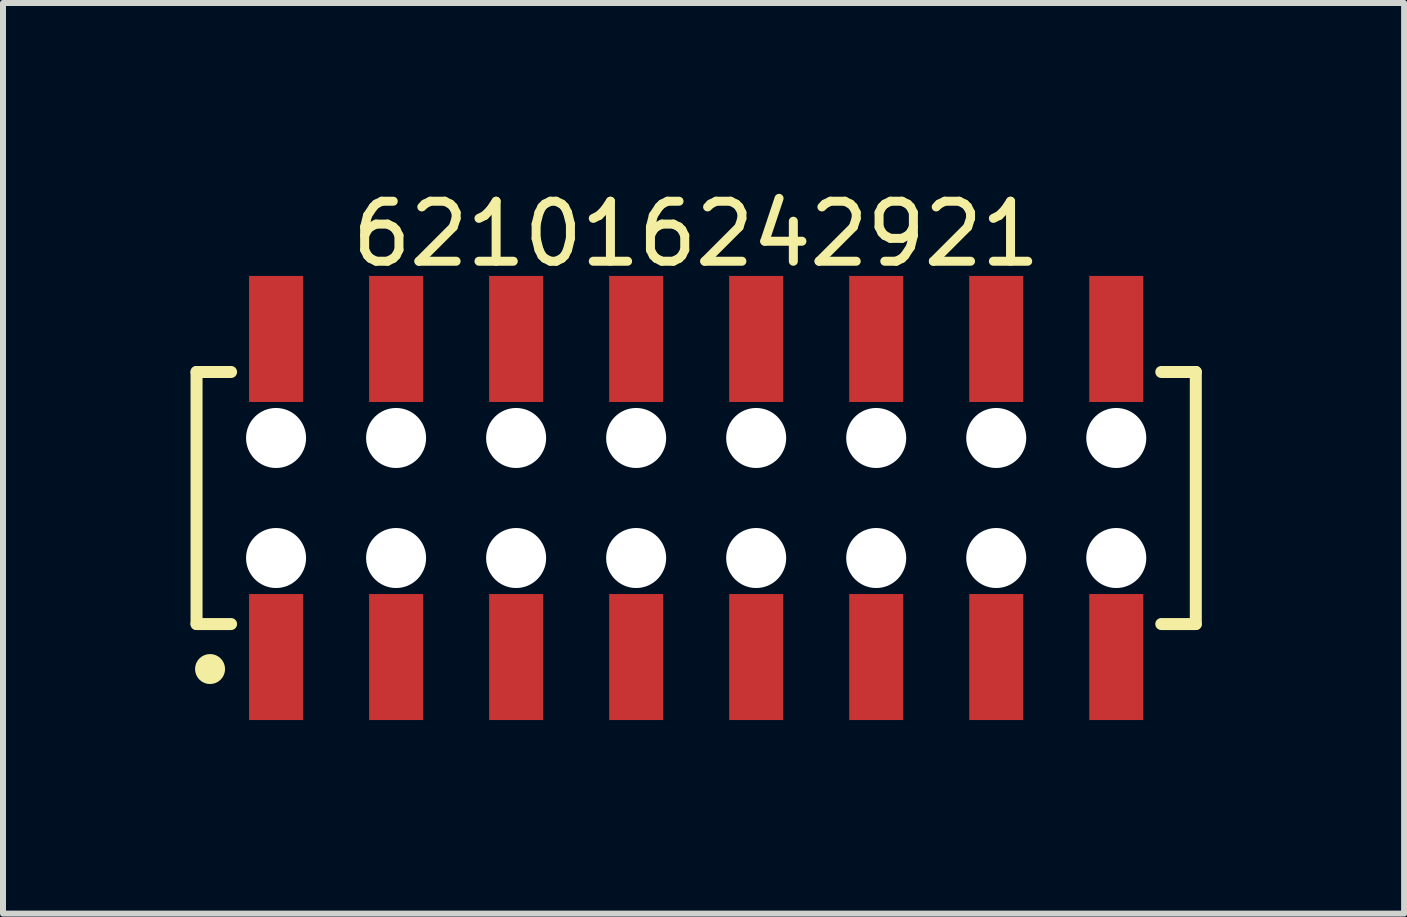
<source format=kicad_pcb>
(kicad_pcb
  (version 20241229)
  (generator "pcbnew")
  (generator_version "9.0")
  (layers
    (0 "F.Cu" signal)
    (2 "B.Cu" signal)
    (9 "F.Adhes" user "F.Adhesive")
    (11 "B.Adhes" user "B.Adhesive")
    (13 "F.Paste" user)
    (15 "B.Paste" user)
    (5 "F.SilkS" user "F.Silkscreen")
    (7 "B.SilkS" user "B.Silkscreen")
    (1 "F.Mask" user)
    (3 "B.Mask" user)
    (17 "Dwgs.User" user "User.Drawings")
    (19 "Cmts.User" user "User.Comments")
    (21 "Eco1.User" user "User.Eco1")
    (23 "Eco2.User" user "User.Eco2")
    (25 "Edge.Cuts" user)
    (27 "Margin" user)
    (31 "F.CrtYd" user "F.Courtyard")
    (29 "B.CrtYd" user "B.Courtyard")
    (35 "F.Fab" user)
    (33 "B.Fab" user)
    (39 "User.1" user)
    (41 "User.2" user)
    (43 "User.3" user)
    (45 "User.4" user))
  (footprint "621016242921"
    (layer "F.Cu")
    (at 8.55 5.248)
    (property "Reference" "621016242921" (at 0 -4.4 0) (layer "F.SilkS") (effects (font (size 1 1) (thickness 0.15))))
    (fp_line (start -8.325 -2.1) (end -7.75 -2.1) (stroke (width 0.2) (type solid)) (layer "F.SilkS"))
    (fp_line (start -8.325 2.1) (end -8.325 -2.1) (stroke (width 0.2) (type solid)) (layer "F.SilkS"))
    (fp_line (start -8.325 2.1) (end -7.75 2.1) (stroke (width 0.2) (type solid)) (layer "F.SilkS"))
    (fp_line (start 7.75 -2.1) (end 8.325 -2.1) (stroke (width 0.2) (type solid)) (layer "F.SilkS"))
    (fp_line (start 7.75 2.1) (end 8.325 2.1) (stroke (width 0.2) (type solid)) (layer "F.SilkS"))
    (fp_line (start 8.325 2.1) (end 8.325 -2.1) (stroke (width 0.2) (type solid)) (layer "F.SilkS"))
    (fp_circle (center -8.1 2.85) (end -8.1 2.725) (stroke (width 0.25) (type solid)) (fill no) (layer "F.SilkS"))
    (fp_line (start -8.525 -3.9) (end 8.525 -3.9) (stroke (width 0.05) (type solid)) (layer "Eco2.User"))
    (fp_line (start -8.525 3.9) (end -8.525 -3.9) (stroke (width 0.05) (type solid)) (layer "Eco2.User"))
    (fp_line (start -8.525 3.9) (end 8.525 3.9) (stroke (width 0.05) (type solid)) (layer "Eco2.User"))
    (fp_line (start -8.2 -2) (end 8.2 -2) (stroke (width 0.1) (type solid)) (layer "Eco2.User"))
    (fp_line (start -8.2 2) (end -8.2 -2) (stroke (width 0.1) (type solid)) (layer "Eco2.User"))
    (fp_line (start -8.2 2) (end 8.2 2) (stroke (width 0.1) (type solid)) (layer "Eco2.User"))
    (fp_line (start -7.25 -3.1) (end -6.75 -3.1) (stroke (width 0.1) (type solid)) (layer "Eco2.User"))
    (fp_line (start -7.25 -2) (end -7.25 -3.1) (stroke (width 0.1) (type solid)) (layer "Eco2.User"))
    (fp_line (start -7.25 3.1) (end -7.25 2) (stroke (width 0.1) (type solid)) (layer "Eco2.User"))
    (fp_line (start -7.25 3.1) (end -6.75 3.1) (stroke (width 0.1) (type solid)) (layer "Eco2.User"))
    (fp_line (start -6.75 -2) (end -6.75 -3.1) (stroke (width 0.1) (type solid)) (layer "Eco2.User"))
    (fp_line (start -6.75 3.1) (end -6.75 2) (stroke (width 0.1) (type solid)) (layer "Eco2.User"))
    (fp_line (start -5.25 -3.1) (end -4.75 -3.1) (stroke (width 0.1) (type solid)) (layer "Eco2.User"))
    (fp_line (start -5.25 -2) (end -5.25 -3.1) (stroke (width 0.1) (type solid)) (layer "Eco2.User"))
    (fp_line (start -5.25 3.1) (end -5.25 2) (stroke (width 0.1) (type solid)) (layer "Eco2.User"))
    (fp_line (start -5.25 3.1) (end -4.75 3.1) (stroke (width 0.1) (type solid)) (layer "Eco2.User"))
    (fp_line (start -4.75 -2) (end -4.75 -3.1) (stroke (width 0.1) (type solid)) (layer "Eco2.User"))
    (fp_line (start -4.75 3.1) (end -4.75 2) (stroke (width 0.1) (type solid)) (layer "Eco2.User"))
    (fp_line (start -3.25 -3.1) (end -2.75 -3.1) (stroke (width 0.1) (type solid)) (layer "Eco2.User"))
    (fp_line (start -3.25 -2) (end -3.25 -3.1) (stroke (width 0.1) (type solid)) (layer "Eco2.User"))
    (fp_line (start -3.25 3.1) (end -3.25 2) (stroke (width 0.1) (type solid)) (layer "Eco2.User"))
    (fp_line (start -3.25 3.1) (end -2.75 3.1) (stroke (width 0.1) (type solid)) (layer "Eco2.User"))
    (fp_line (start -2.75 -2) (end -2.75 -3.1) (stroke (width 0.1) (type solid)) (layer "Eco2.User"))
    (fp_line (start -2.75 3.1) (end -2.75 2) (stroke (width 0.1) (type solid)) (layer "Eco2.User"))
    (fp_line (start -1.25 -3.1) (end -0.75 -3.1) (stroke (width 0.1) (type solid)) (layer "Eco2.User"))
    (fp_line (start -1.25 -2) (end -1.25 -3.1) (stroke (width 0.1) (type solid)) (layer "Eco2.User"))
    (fp_line (start -1.25 3.1) (end -1.25 2) (stroke (width 0.1) (type solid)) (layer "Eco2.User"))
    (fp_line (start -1.25 3.1) (end -0.75 3.1) (stroke (width 0.1) (type solid)) (layer "Eco2.User"))
    (fp_line (start -0.75 -2) (end -0.75 -3.1) (stroke (width 0.1) (type solid)) (layer "Eco2.User"))
    (fp_line (start -0.75 3.1) (end -0.75 2) (stroke (width 0.1) (type solid)) (layer "Eco2.User"))
    (fp_line (start -0.5 0) (end 0.5 0) (stroke (width 0.05) (type solid)) (layer "Eco2.User"))
    (fp_line (start 0 0.5) (end 0 -0.5) (stroke (width 0.05) (type solid)) (layer "Eco2.User"))
    (fp_line (start 0.75 -3.1) (end 1.25 -3.1) (stroke (width 0.1) (type solid)) (layer "Eco2.User"))
    (fp_line (start 0.75 -2) (end 0.75 -3.1) (stroke (width 0.1) (type solid)) (layer "Eco2.User"))
    (fp_line (start 0.75 3.1) (end 0.75 2) (stroke (width 0.1) (type solid)) (layer "Eco2.User"))
    (fp_line (start 0.75 3.1) (end 1.25 3.1) (stroke (width 0.1) (type solid)) (layer "Eco2.User"))
    (fp_line (start 1.25 -2) (end 1.25 -3.1) (stroke (width 0.1) (type solid)) (layer "Eco2.User"))
    (fp_line (start 1.25 3.1) (end 1.25 2) (stroke (width 0.1) (type solid)) (layer "Eco2.User"))
    (fp_line (start 2.75 -3.1) (end 3.25 -3.1) (stroke (width 0.1) (type solid)) (layer "Eco2.User"))
    (fp_line (start 2.75 -2) (end 2.75 -3.1) (stroke (width 0.1) (type solid)) (layer "Eco2.User"))
    (fp_line (start 2.75 3.1) (end 2.75 2) (stroke (width 0.1) (type solid)) (layer "Eco2.User"))
    (fp_line (start 2.75 3.1) (end 3.25 3.1) (stroke (width 0.1) (type solid)) (layer "Eco2.User"))
    (fp_line (start 3.25 -2) (end 3.25 -3.1) (stroke (width 0.1) (type solid)) (layer "Eco2.User"))
    (fp_line (start 3.25 3.1) (end 3.25 2) (stroke (width 0.1) (type solid)) (layer "Eco2.User"))
    (fp_line (start 4.75 -3.1) (end 5.25 -3.1) (stroke (width 0.1) (type solid)) (layer "Eco2.User"))
    (fp_line (start 4.75 -2) (end 4.75 -3.1) (stroke (width 0.1) (type solid)) (layer "Eco2.User"))
    (fp_line (start 4.75 3.1) (end 4.75 2) (stroke (width 0.1) (type solid)) (layer "Eco2.User"))
    (fp_line (start 4.75 3.1) (end 5.25 3.1) (stroke (width 0.1) (type solid)) (layer "Eco2.User"))
    (fp_line (start 5.25 -2) (end 5.25 -3.1) (stroke (width 0.1) (type solid)) (layer "Eco2.User"))
    (fp_line (start 5.25 3.1) (end 5.25 2) (stroke (width 0.1) (type solid)) (layer "Eco2.User"))
    (fp_line (start 6.75 -3.1) (end 7.25 -3.1) (stroke (width 0.1) (type solid)) (layer "Eco2.User"))
    (fp_line (start 6.75 -2) (end 6.75 -3.1) (stroke (width 0.1) (type solid)) (layer "Eco2.User"))
    (fp_line (start 6.75 3.1) (end 6.75 2) (stroke (width 0.1) (type solid)) (layer "Eco2.User"))
    (fp_line (start 6.75 3.1) (end 7.25 3.1) (stroke (width 0.1) (type solid)) (layer "Eco2.User"))
    (fp_line (start 7.25 -2) (end 7.25 -3.1) (stroke (width 0.1) (type solid)) (layer "Eco2.User"))
    (fp_line (start 7.25 3.1) (end 7.25 2) (stroke (width 0.1) (type solid)) (layer "Eco2.User"))
    (fp_line (start 8.2 2) (end 8.2 -2) (stroke (width 0.1) (type solid)) (layer "Eco2.User"))
    (fp_line (start 8.525 3.9) (end 8.525 -3.9) (stroke (width 0.05) (type solid)) (layer "Eco2.User"))
    (fp_text user "${REFERENCE}" (at 0.15 -0.197 0) (unlocked yes) (layer "User.3") (effects (font (size 1.5 1.5) (thickness 0.15))))
    (pad "" np_thru_hole circle (at -7 -1) (size 1 1) (drill 1) (layers "*.Cu" "*.Mask"))
    (pad "" np_thru_hole circle (at -7 1) (size 1 1) (drill 1) (layers "*.Cu" "*.Mask"))
    (pad "" np_thru_hole circle (at -5 -1) (size 1 1) (drill 1) (layers "*.Cu" "*.Mask"))
    (pad "" np_thru_hole circle (at -5 1) (size 1 1) (drill 1) (layers "*.Cu" "*.Mask"))
    (pad "" np_thru_hole circle (at -3 -1) (size 1 1) (drill 1) (layers "*.Cu" "*.Mask"))
    (pad "" np_thru_hole circle (at -3 1) (size 1 1) (drill 1) (layers "*.Cu" "*.Mask"))
    (pad "" np_thru_hole circle (at -1 -1) (size 1 1) (drill 1) (layers "*.Cu" "*.Mask"))
    (pad "" np_thru_hole circle (at -1 1) (size 1 1) (drill 1) (layers "*.Cu" "*.Mask"))
    (pad "" np_thru_hole circle (at 1 -1) (size 1 1) (drill 1) (layers "*.Cu" "*.Mask"))
    (pad "" np_thru_hole circle (at 1 1) (size 1 1) (drill 1) (layers "*.Cu" "*.Mask"))
    (pad "" np_thru_hole circle (at 3 -1) (size 1 1) (drill 1) (layers "*.Cu" "*.Mask"))
    (pad "" np_thru_hole circle (at 3 1) (size 1 1) (drill 1) (layers "*.Cu" "*.Mask"))
    (pad "" np_thru_hole circle (at 5 -1) (size 1 1) (drill 1) (layers "*.Cu" "*.Mask"))
    (pad "" np_thru_hole circle (at 5 1) (size 1 1) (drill 1) (layers "*.Cu" "*.Mask"))
    (pad "" np_thru_hole circle (at 7 -1) (size 1 1) (drill 1) (layers "*.Cu" "*.Mask"))
    (pad "" np_thru_hole circle (at 7 1) (size 1 1) (drill 1) (layers "*.Cu" "*.Mask"))
    (pad "1" smd rect (at -7 2.65) (size 0.9 2.1) (layers "F.Cu" "F.Mask" "F.Paste"))
    (pad "2" smd rect (at -7 -2.65) (size 0.9 2.1) (layers "F.Cu" "F.Mask" "F.Paste"))
    (pad "3" smd rect (at -5 2.65) (size 0.9 2.1) (layers "F.Cu" "F.Mask" "F.Paste"))
    (pad "4" smd rect (at -5 -2.65) (size 0.9 2.1) (layers "F.Cu" "F.Mask" "F.Paste"))
    (pad "5" smd rect (at -3 2.65) (size 0.9 2.1) (layers "F.Cu" "F.Mask" "F.Paste"))
    (pad "6" smd rect (at -3 -2.65) (size 0.9 2.1) (layers "F.Cu" "F.Mask" "F.Paste"))
    (pad "7" smd rect (at -1 2.65) (size 0.9 2.1) (layers "F.Cu" "F.Mask" "F.Paste"))
    (pad "8" smd rect (at -1 -2.65) (size 0.9 2.1) (layers "F.Cu" "F.Mask" "F.Paste"))
    (pad "9" smd rect (at 1 2.65) (size 0.9 2.1) (layers "F.Cu" "F.Mask" "F.Paste"))
    (pad "10" smd rect (at 1 -2.65) (size 0.9 2.1) (layers "F.Cu" "F.Mask" "F.Paste"))
    (pad "11" smd rect (at 3 2.65) (size 0.9 2.1) (layers "F.Cu" "F.Mask" "F.Paste"))
    (pad "12" smd rect (at 3 -2.65) (size 0.9 2.1) (layers "F.Cu" "F.Mask" "F.Paste"))
    (pad "13" smd rect (at 5 2.65) (size 0.9 2.1) (layers "F.Cu" "F.Mask" "F.Paste"))
    (pad "14" smd rect (at 5 -2.65) (size 0.9 2.1) (layers "F.Cu" "F.Mask" "F.Paste"))
    (pad "15" smd rect (at 7 2.65) (size 0.9 2.1) (layers "F.Cu" "F.Mask" "F.Paste"))
    (pad "16" smd rect (at 7 -2.65) (size 0.9 2.1) (layers "F.Cu" "F.Mask" "F.Paste")))
  (gr_rect
    (start -3 -3)
    (end 20.346 12.173)
    (stroke (width 0.1) (type default))
    (fill no)
    (layer "Edge.Cuts")))
</source>
